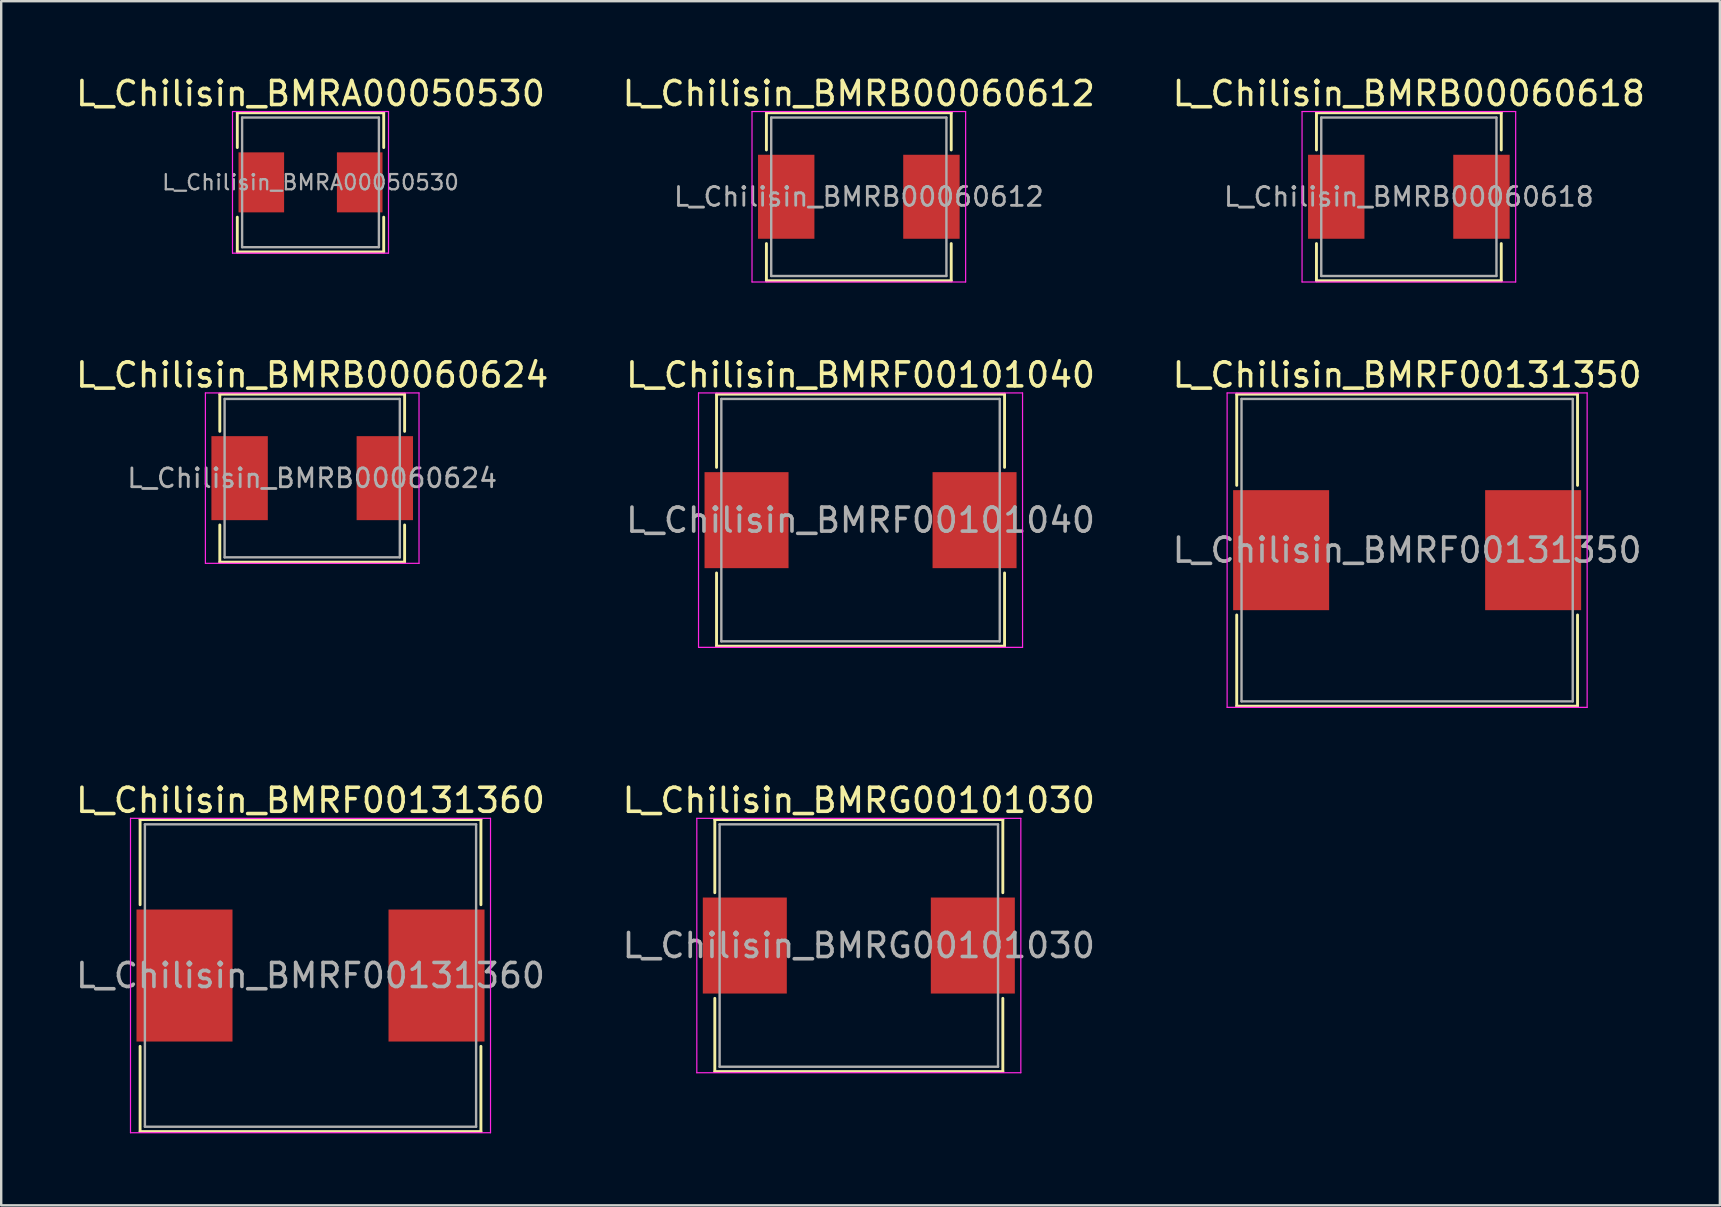
<source format=kicad_pcb>
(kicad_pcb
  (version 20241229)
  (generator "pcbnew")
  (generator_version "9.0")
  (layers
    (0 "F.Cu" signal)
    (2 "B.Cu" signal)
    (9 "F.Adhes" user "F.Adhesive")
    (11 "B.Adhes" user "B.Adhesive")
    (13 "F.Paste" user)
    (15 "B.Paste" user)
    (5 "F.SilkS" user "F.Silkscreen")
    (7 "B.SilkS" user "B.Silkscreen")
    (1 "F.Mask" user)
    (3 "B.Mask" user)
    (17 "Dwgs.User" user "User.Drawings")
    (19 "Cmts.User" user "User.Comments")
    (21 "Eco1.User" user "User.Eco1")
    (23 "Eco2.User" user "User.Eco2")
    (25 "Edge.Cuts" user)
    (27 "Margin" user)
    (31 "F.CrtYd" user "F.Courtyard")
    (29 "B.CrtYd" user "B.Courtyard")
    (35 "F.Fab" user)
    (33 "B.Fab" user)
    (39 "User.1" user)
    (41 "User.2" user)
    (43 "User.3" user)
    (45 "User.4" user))
  (footprint "L_Chilisin_BMRB00060624"
    (layer "F.Cu")
    (at 9.958 16.872)
    (property "Reference" "L_Chilisin_BMRB00060624" (at 0 -4.3 0) (layer "F.SilkS") (effects (font (size 1 1) (thickness 0.15))))
    (attr smd)
    (fp_line (start -3.85 -3.5) (end -3.85 -1.95) (stroke (width 0.12) (type solid)) (layer "F.SilkS"))
    (fp_line (start -3.85 -3.5) (end 3.85 -3.5) (stroke (width 0.12) (type solid)) (layer "F.SilkS"))
    (fp_line (start -3.85 3.5) (end -3.85 1.95) (stroke (width 0.12) (type solid)) (layer "F.SilkS"))
    (fp_line (start -3.85 3.5) (end 3.85 3.5) (stroke (width 0.12) (type solid)) (layer "F.SilkS"))
    (fp_line (start 3.85 -3.5) (end 3.85 -1.95) (stroke (width 0.12) (type solid)) (layer "F.SilkS"))
    (fp_line (start 3.85 3.5) (end 3.85 1.95) (stroke (width 0.12) (type solid)) (layer "F.SilkS"))
    (fp_line (start -4.45 -3.55) (end -4.45 3.55) (stroke (width 0.05) (type solid)) (layer "F.CrtYd"))
    (fp_line (start -4.45 3.55) (end 4.45 3.55) (stroke (width 0.05) (type solid)) (layer "F.CrtYd"))
    (fp_line (start 4.45 -3.55) (end -4.45 -3.55) (stroke (width 0.05) (type solid)) (layer "F.CrtYd"))
    (fp_line (start 4.45 3.55) (end 4.45 -3.55) (stroke (width 0.05) (type solid)) (layer "F.CrtYd"))
    (fp_line (start -3.65 -3.3) (end -3.65 3.3) (stroke (width 0.1) (type solid)) (layer "F.Fab"))
    (fp_line (start -3.65 3.3) (end 3.65 3.3) (stroke (width 0.1) (type solid)) (layer "F.Fab"))
    (fp_line (start 3.65 -3.3) (end -3.65 -3.3) (stroke (width 0.1) (type solid)) (layer "F.Fab"))
    (fp_line (start 3.65 3.3) (end 3.65 -3.3) (stroke (width 0.1) (type solid)) (layer "F.Fab"))
    (fp_text user "${REFERENCE}" (at 0 0 0) (layer "F.Fab") (effects (font (size 0.783 0.783) (thickness 0.117))))
    (pad "1" smd rect (at -3.025 0) (size 2.35 3.5) (layers "F.Cu" "F.Mask" "F.Paste"))
    (pad "2" smd rect (at 3.025 0) (size 2.35 3.5) (layers "F.Cu" "F.Mask" "F.Paste")))
  (footprint "L_Chilisin_BMRF00101040"
    (layer "F.Cu")
    (at 32.804 18.622)
    (property "Reference" "L_Chilisin_BMRF00101040" (at 0 -6.05 0) (layer "F.SilkS") (effects (font (size 1 1) (thickness 0.15))))
    (attr smd)
    (fp_line (start -6 -5.25) (end -6 -2.2) (stroke (width 0.12) (type solid)) (layer "F.SilkS"))
    (fp_line (start -6 -5.25) (end 6 -5.25) (stroke (width 0.12) (type solid)) (layer "F.SilkS"))
    (fp_line (start -6 5.25) (end -6 2.2) (stroke (width 0.12) (type solid)) (layer "F.SilkS"))
    (fp_line (start -6 5.25) (end 6 5.25) (stroke (width 0.12) (type solid)) (layer "F.SilkS"))
    (fp_line (start 6 -5.25) (end 6 -2.2) (stroke (width 0.12) (type solid)) (layer "F.SilkS"))
    (fp_line (start 6 5.25) (end 6 2.2) (stroke (width 0.12) (type solid)) (layer "F.SilkS"))
    (fp_line (start -6.75 -5.3) (end -6.75 5.3) (stroke (width 0.05) (type solid)) (layer "F.CrtYd"))
    (fp_line (start -6.75 5.3) (end 6.75 5.3) (stroke (width 0.05) (type solid)) (layer "F.CrtYd"))
    (fp_line (start 6.75 -5.3) (end -6.75 -5.3) (stroke (width 0.05) (type solid)) (layer "F.CrtYd"))
    (fp_line (start 6.75 5.3) (end 6.75 -5.3) (stroke (width 0.05) (type solid)) (layer "F.CrtYd"))
    (fp_line (start -5.8 -5.05) (end -5.8 5.05) (stroke (width 0.1) (type solid)) (layer "F.Fab"))
    (fp_line (start -5.8 5.05) (end 5.8 5.05) (stroke (width 0.1) (type solid)) (layer "F.Fab"))
    (fp_line (start 5.8 -5.05) (end -5.8 -5.05) (stroke (width 0.1) (type solid)) (layer "F.Fab"))
    (fp_line (start 5.8 5.05) (end 5.8 -5.05) (stroke (width 0.1) (type solid)) (layer "F.Fab"))
    (fp_text user "${REFERENCE}" (at 0 0 0) (layer "F.Fab") (effects (font (size 1 1) (thickness 0.15))))
    (pad "1" smd rect (at -4.75 0) (size 3.5 4) (layers "F.Cu" "F.Mask" "F.Paste"))
    (pad "2" smd rect (at 4.75 0) (size 3.5 4) (layers "F.Cu" "F.Mask" "F.Paste")))
  (footprint "L_Chilisin_BMRF00131350"
    (layer "F.Cu")
    (at 55.577 19.872)
    (property "Reference" "L_Chilisin_BMRF00131350" (at 0 -7.3 0) (layer "F.SilkS") (effects (font (size 1 1) (thickness 0.15))))
    (attr smd)
    (fp_line (start -7.1 -6.5) (end -7.1 -2.7) (stroke (width 0.12) (type solid)) (layer "F.SilkS"))
    (fp_line (start -7.1 -6.5) (end 7.1 -6.5) (stroke (width 0.12) (type solid)) (layer "F.SilkS"))
    (fp_line (start -7.1 6.5) (end -7.1 2.7) (stroke (width 0.12) (type solid)) (layer "F.SilkS"))
    (fp_line (start -7.1 6.5) (end 7.1 6.5) (stroke (width 0.12) (type solid)) (layer "F.SilkS"))
    (fp_line (start 7.1 -6.5) (end 7.1 -2.7) (stroke (width 0.12) (type solid)) (layer "F.SilkS"))
    (fp_line (start 7.1 6.5) (end 7.1 2.7) (stroke (width 0.12) (type solid)) (layer "F.SilkS"))
    (fp_line (start -7.5 -6.55) (end -7.5 6.55) (stroke (width 0.05) (type solid)) (layer "F.CrtYd"))
    (fp_line (start -7.5 6.55) (end 7.5 6.55) (stroke (width 0.05) (type solid)) (layer "F.CrtYd"))
    (fp_line (start 7.5 -6.55) (end -7.5 -6.55) (stroke (width 0.05) (type solid)) (layer "F.CrtYd"))
    (fp_line (start 7.5 6.55) (end 7.5 -6.55) (stroke (width 0.05) (type solid)) (layer "F.CrtYd"))
    (fp_line (start -6.9 -6.3) (end -6.9 6.3) (stroke (width 0.1) (type solid)) (layer "F.Fab"))
    (fp_line (start -6.9 6.3) (end 6.9 6.3) (stroke (width 0.1) (type solid)) (layer "F.Fab"))
    (fp_line (start 6.9 -6.3) (end -6.9 -6.3) (stroke (width 0.1) (type solid)) (layer "F.Fab"))
    (fp_line (start 6.9 6.3) (end 6.9 -6.3) (stroke (width 0.1) (type solid)) (layer "F.Fab"))
    (fp_text user "${REFERENCE}" (at 0 0 0) (layer "F.Fab") (effects (font (size 1 1) (thickness 0.15))))
    (pad "1" smd rect (at -5.25 0) (size 4 5) (layers "F.Cu" "F.Mask" "F.Paste"))
    (pad "2" smd rect (at 5.25 0) (size 4 5) (layers "F.Cu" "F.Mask" "F.Paste")))
  (footprint "L_Chilisin_BMRB00060612"
    (layer "F.Cu")
    (at 32.732 5.148)
    (property "Reference" "L_Chilisin_BMRB00060612" (at 0 -4.3 0) (layer "F.SilkS") (effects (font (size 1 1) (thickness 0.15))))
    (attr smd)
    (fp_line (start -3.85 -3.5) (end -3.85 -1.95) (stroke (width 0.12) (type solid)) (layer "F.SilkS"))
    (fp_line (start -3.85 -3.5) (end 3.85 -3.5) (stroke (width 0.12) (type solid)) (layer "F.SilkS"))
    (fp_line (start -3.85 3.5) (end -3.85 1.95) (stroke (width 0.12) (type solid)) (layer "F.SilkS"))
    (fp_line (start -3.85 3.5) (end 3.85 3.5) (stroke (width 0.12) (type solid)) (layer "F.SilkS"))
    (fp_line (start 3.85 -3.5) (end 3.85 -1.95) (stroke (width 0.12) (type solid)) (layer "F.SilkS"))
    (fp_line (start 3.85 3.5) (end 3.85 1.95) (stroke (width 0.12) (type solid)) (layer "F.SilkS"))
    (fp_line (start -4.45 -3.55) (end -4.45 3.55) (stroke (width 0.05) (type solid)) (layer "F.CrtYd"))
    (fp_line (start -4.45 3.55) (end 4.45 3.55) (stroke (width 0.05) (type solid)) (layer "F.CrtYd"))
    (fp_line (start 4.45 -3.55) (end -4.45 -3.55) (stroke (width 0.05) (type solid)) (layer "F.CrtYd"))
    (fp_line (start 4.45 3.55) (end 4.45 -3.55) (stroke (width 0.05) (type solid)) (layer "F.CrtYd"))
    (fp_line (start -3.65 -3.3) (end -3.65 3.3) (stroke (width 0.1) (type solid)) (layer "F.Fab"))
    (fp_line (start -3.65 3.3) (end 3.65 3.3) (stroke (width 0.1) (type solid)) (layer "F.Fab"))
    (fp_line (start 3.65 -3.3) (end -3.65 -3.3) (stroke (width 0.1) (type solid)) (layer "F.Fab"))
    (fp_line (start 3.65 3.3) (end 3.65 -3.3) (stroke (width 0.1) (type solid)) (layer "F.Fab"))
    (fp_text user "${REFERENCE}" (at 0 0 0) (layer "F.Fab") (effects (font (size 0.783 0.783) (thickness 0.117))))
    (pad "1" smd rect (at -3.025 0) (size 2.35 3.5) (layers "F.Cu" "F.Mask" "F.Paste"))
    (pad "2" smd rect (at 3.025 0) (size 2.35 3.5) (layers "F.Cu" "F.Mask" "F.Paste")))
  (footprint "L_Chilisin_BMRG00101030"
    (layer "F.Cu")
    (at 32.732 36.345)
    (property "Reference" "L_Chilisin_BMRG00101030" (at 0 -6.05 0) (layer "F.SilkS") (effects (font (size 1 1) (thickness 0.15))))
    (attr smd)
    (fp_line (start -6 -5.25) (end -6 -2.2) (stroke (width 0.12) (type solid)) (layer "F.SilkS"))
    (fp_line (start -6 -5.25) (end 6 -5.25) (stroke (width 0.12) (type solid)) (layer "F.SilkS"))
    (fp_line (start -6 5.25) (end -6 2.2) (stroke (width 0.12) (type solid)) (layer "F.SilkS"))
    (fp_line (start -6 5.25) (end 6 5.25) (stroke (width 0.12) (type solid)) (layer "F.SilkS"))
    (fp_line (start 6 -5.25) (end 6 -2.2) (stroke (width 0.12) (type solid)) (layer "F.SilkS"))
    (fp_line (start 6 5.25) (end 6 2.2) (stroke (width 0.12) (type solid)) (layer "F.SilkS"))
    (fp_line (start -6.75 -5.3) (end -6.75 5.3) (stroke (width 0.05) (type solid)) (layer "F.CrtYd"))
    (fp_line (start -6.75 5.3) (end 6.75 5.3) (stroke (width 0.05) (type solid)) (layer "F.CrtYd"))
    (fp_line (start 6.75 -5.3) (end -6.75 -5.3) (stroke (width 0.05) (type solid)) (layer "F.CrtYd"))
    (fp_line (start 6.75 5.3) (end 6.75 -5.3) (stroke (width 0.05) (type solid)) (layer "F.CrtYd"))
    (fp_line (start -5.8 -5.05) (end -5.8 5.05) (stroke (width 0.1) (type solid)) (layer "F.Fab"))
    (fp_line (start -5.8 5.05) (end 5.8 5.05) (stroke (width 0.1) (type solid)) (layer "F.Fab"))
    (fp_line (start 5.8 -5.05) (end -5.8 -5.05) (stroke (width 0.1) (type solid)) (layer "F.Fab"))
    (fp_line (start 5.8 5.05) (end 5.8 -5.05) (stroke (width 0.1) (type solid)) (layer "F.Fab"))
    (fp_text user "${REFERENCE}" (at 0 0 0) (layer "F.Fab") (effects (font (size 1 1) (thickness 0.15))))
    (pad "1" smd rect (at -4.75 0) (size 3.5 4) (layers "F.Cu" "F.Mask" "F.Paste"))
    (pad "2" smd rect (at 4.75 0) (size 3.5 4) (layers "F.Cu" "F.Mask" "F.Paste")))
  (footprint "L_Chilisin_BMRF00131360"
    (layer "F.Cu")
    (at 9.887 37.595)
    (property "Reference" "L_Chilisin_BMRF00131360" (at 0 -7.3 0) (layer "F.SilkS") (effects (font (size 1 1) (thickness 0.15))))
    (attr smd)
    (fp_line (start -7.1 -6.5) (end -7.1 -2.95) (stroke (width 0.12) (type solid)) (layer "F.SilkS"))
    (fp_line (start -7.1 -6.5) (end 7.1 -6.5) (stroke (width 0.12) (type solid)) (layer "F.SilkS"))
    (fp_line (start -7.1 6.5) (end -7.1 2.95) (stroke (width 0.12) (type solid)) (layer "F.SilkS"))
    (fp_line (start -7.1 6.5) (end 7.1 6.5) (stroke (width 0.12) (type solid)) (layer "F.SilkS"))
    (fp_line (start 7.1 -6.5) (end 7.1 -2.95) (stroke (width 0.12) (type solid)) (layer "F.SilkS"))
    (fp_line (start 7.1 6.5) (end 7.1 2.95) (stroke (width 0.12) (type solid)) (layer "F.SilkS"))
    (fp_line (start -7.5 -6.55) (end -7.5 6.55) (stroke (width 0.05) (type solid)) (layer "F.CrtYd"))
    (fp_line (start -7.5 6.55) (end 7.5 6.55) (stroke (width 0.05) (type solid)) (layer "F.CrtYd"))
    (fp_line (start 7.5 -6.55) (end -7.5 -6.55) (stroke (width 0.05) (type solid)) (layer "F.CrtYd"))
    (fp_line (start 7.5 6.55) (end 7.5 -6.55) (stroke (width 0.05) (type solid)) (layer "F.CrtYd"))
    (fp_line (start -6.9 -6.3) (end -6.9 6.3) (stroke (width 0.1) (type solid)) (layer "F.Fab"))
    (fp_line (start -6.9 6.3) (end 6.9 6.3) (stroke (width 0.1) (type solid)) (layer "F.Fab"))
    (fp_line (start 6.9 -6.3) (end -6.9 -6.3) (stroke (width 0.1) (type solid)) (layer "F.Fab"))
    (fp_line (start 6.9 6.3) (end 6.9 -6.3) (stroke (width 0.1) (type solid)) (layer "F.Fab"))
    (fp_text user "${REFERENCE}" (at 0 0 0) (layer "F.Fab") (effects (font (size 1 1) (thickness 0.15))))
    (pad "1" smd rect (at -5.25 0) (size 4 5.5) (layers "F.Cu" "F.Mask" "F.Paste"))
    (pad "2" smd rect (at 5.25 0) (size 4 5.5) (layers "F.Cu" "F.Mask" "F.Paste")))
  (footprint "L_Chilisin_BMRB00060618"
    (layer "F.Cu")
    (at 55.649 5.148)
    (property "Reference" "L_Chilisin_BMRB00060618" (at 0 -4.3 0) (layer "F.SilkS") (effects (font (size 1 1) (thickness 0.15))))
    (attr smd)
    (fp_line (start -3.85 -3.5) (end -3.85 -1.95) (stroke (width 0.12) (type solid)) (layer "F.SilkS"))
    (fp_line (start -3.85 -3.5) (end 3.85 -3.5) (stroke (width 0.12) (type solid)) (layer "F.SilkS"))
    (fp_line (start -3.85 3.5) (end -3.85 1.95) (stroke (width 0.12) (type solid)) (layer "F.SilkS"))
    (fp_line (start -3.85 3.5) (end 3.85 3.5) (stroke (width 0.12) (type solid)) (layer "F.SilkS"))
    (fp_line (start 3.85 -3.5) (end 3.85 -1.95) (stroke (width 0.12) (type solid)) (layer "F.SilkS"))
    (fp_line (start 3.85 3.5) (end 3.85 1.95) (stroke (width 0.12) (type solid)) (layer "F.SilkS"))
    (fp_line (start -4.45 -3.55) (end -4.45 3.55) (stroke (width 0.05) (type solid)) (layer "F.CrtYd"))
    (fp_line (start -4.45 3.55) (end 4.45 3.55) (stroke (width 0.05) (type solid)) (layer "F.CrtYd"))
    (fp_line (start 4.45 -3.55) (end -4.45 -3.55) (stroke (width 0.05) (type solid)) (layer "F.CrtYd"))
    (fp_line (start 4.45 3.55) (end 4.45 -3.55) (stroke (width 0.05) (type solid)) (layer "F.CrtYd"))
    (fp_line (start -3.65 -3.3) (end -3.65 3.3) (stroke (width 0.1) (type solid)) (layer "F.Fab"))
    (fp_line (start -3.65 3.3) (end 3.65 3.3) (stroke (width 0.1) (type solid)) (layer "F.Fab"))
    (fp_line (start 3.65 -3.3) (end -3.65 -3.3) (stroke (width 0.1) (type solid)) (layer "F.Fab"))
    (fp_line (start 3.65 3.3) (end 3.65 -3.3) (stroke (width 0.1) (type solid)) (layer "F.Fab"))
    (fp_text user "${REFERENCE}" (at 0 0 0) (layer "F.Fab") (effects (font (size 0.783 0.783) (thickness 0.117))))
    (pad "1" smd rect (at -3.025 0) (size 2.35 3.5) (layers "F.Cu" "F.Mask" "F.Paste"))
    (pad "2" smd rect (at 3.025 0) (size 2.35 3.5) (layers "F.Cu" "F.Mask" "F.Paste")))
  (footprint "L_Chilisin_BMRA00050530"
    (layer "F.Cu")
    (at 9.887 4.548)
    (property "Reference" "L_Chilisin_BMRA00050530" (at 0 -3.7 0) (layer "F.SilkS") (effects (font (size 1 1) (thickness 0.15))))
    (attr smd)
    (fp_line (start -3.05 -2.9) (end -3.05 -1.45) (stroke (width 0.12) (type solid)) (layer "F.SilkS"))
    (fp_line (start -3.05 -2.9) (end 3.05 -2.9) (stroke (width 0.12) (type solid)) (layer "F.SilkS"))
    (fp_line (start -3.05 2.9) (end -3.05 1.45) (stroke (width 0.12) (type solid)) (layer "F.SilkS"))
    (fp_line (start -3.05 2.9) (end 3.05 2.9) (stroke (width 0.12) (type solid)) (layer "F.SilkS"))
    (fp_line (start 3.05 -2.9) (end 3.05 -1.45) (stroke (width 0.12) (type solid)) (layer "F.SilkS"))
    (fp_line (start 3.05 2.9) (end 3.05 1.45) (stroke (width 0.12) (type solid)) (layer "F.SilkS"))
    (fp_line (start -3.25 -2.95) (end -3.25 2.95) (stroke (width 0.05) (type solid)) (layer "F.CrtYd"))
    (fp_line (start -3.25 2.95) (end 3.25 2.95) (stroke (width 0.05) (type solid)) (layer "F.CrtYd"))
    (fp_line (start 3.25 -2.95) (end -3.25 -2.95) (stroke (width 0.05) (type solid)) (layer "F.CrtYd"))
    (fp_line (start 3.25 2.95) (end 3.25 -2.95) (stroke (width 0.05) (type solid)) (layer "F.CrtYd"))
    (fp_line (start -2.85 -2.7) (end -2.85 2.7) (stroke (width 0.1) (type solid)) (layer "F.Fab"))
    (fp_line (start -2.85 2.7) (end 2.85 2.7) (stroke (width 0.1) (type solid)) (layer "F.Fab"))
    (fp_line (start 2.85 -2.7) (end -2.85 -2.7) (stroke (width 0.1) (type solid)) (layer "F.Fab"))
    (fp_line (start 2.85 2.7) (end 2.85 -2.7) (stroke (width 0.1) (type solid)) (layer "F.Fab"))
    (fp_text user "${REFERENCE}" (at 0 0 0) (layer "F.Fab") (effects (font (size 0.633 0.633) (thickness 0.095))))
    (pad "1" smd rect (at -2.05 0) (size 1.9 2.5) (layers "F.Cu" "F.Mask" "F.Paste"))
    (pad "2" smd rect (at 2.05 0) (size 1.9 2.5) (layers "F.Cu" "F.Mask" "F.Paste")))
  (gr_rect
    (start -3 -3)
    (end 68.607 47.17)
    (stroke (width 0.1) (type default))
    (fill no)
    (layer "Edge.Cuts")))
</source>
